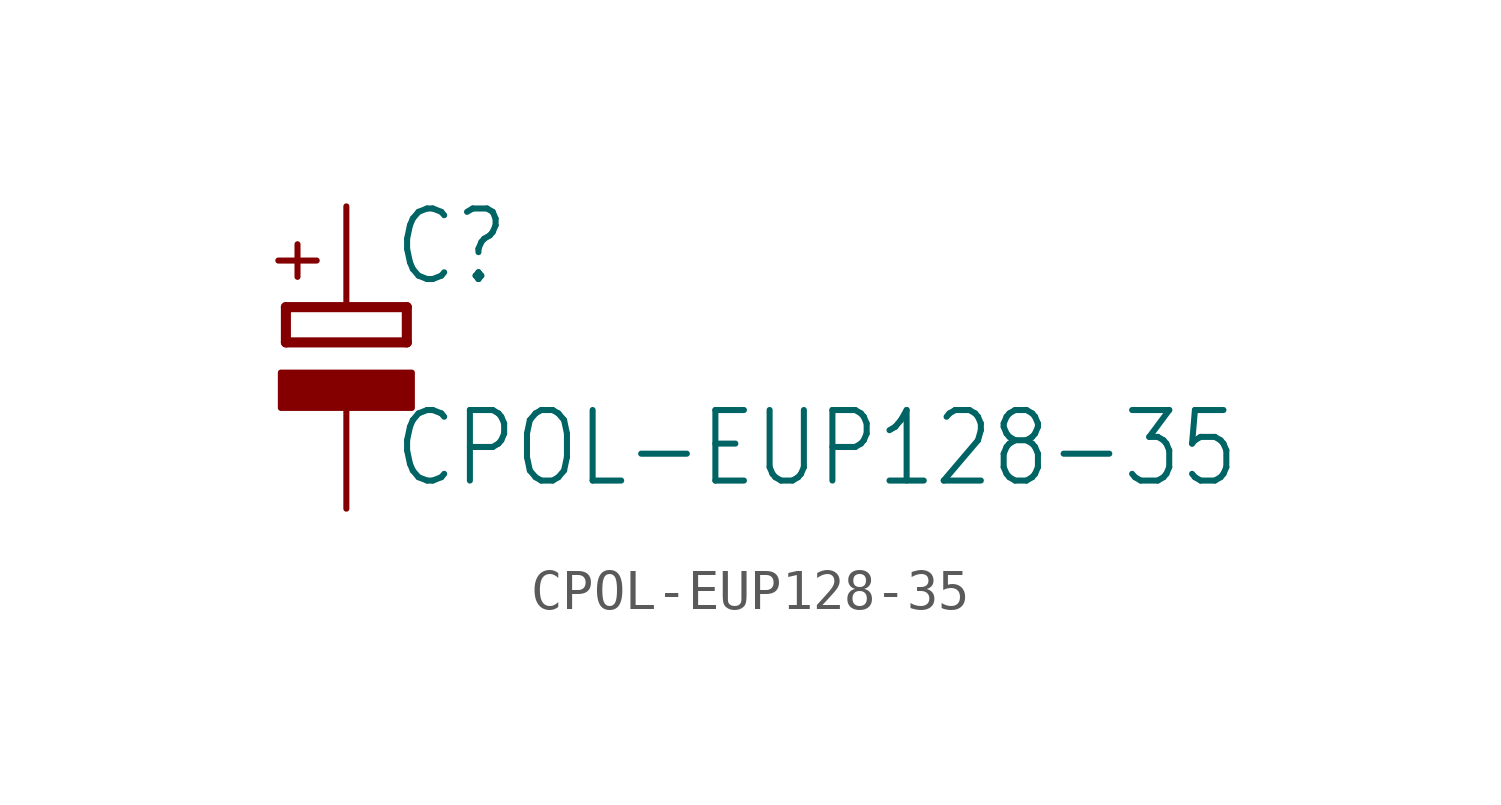
<source format=kicad_sym>
(kicad_symbol_lib
  (version 20220331)
  (generator kicad_symbol_editor)
  (symbol "CPOL-EUP128-35"
    (property "Reference" "C"
      (at 1.143 0.483 0)
      (effects (font (size 1.778 1.511)) (justify left bottom)))
    (property "Value" "CPOL-EUP128-35"
      (at 1.143 -4.597 0)
      (effects (font (size 1.778 1.511)) (justify left bottom)))
    (property "ki_locked" ""
      (at 0 0 0)
      (effects (font (size 1.27 1.27))))
    (symbol "CPOL-EUP128-35_1_0"
      (rectangle (start -1.651 -2.54) (end 1.651 -1.651) (stroke (width 0) (type default)) (fill (type outline)))
      (polyline (pts (xy -1.524 -0.889) (xy 1.524 -0.889)) (stroke (width 0.254) (type solid)) (fill (type none)))
      (polyline (pts (xy -1.524 0) (xy -1.524 -0.889)) (stroke (width 0.254) (type solid)) (fill (type none)))
      (polyline (pts (xy -1.524 0) (xy 1.524 0)) (stroke (width 0.254) (type solid)) (fill (type none)))
      (polyline (pts (xy 1.524 -0.889) (xy 1.524 0)) (stroke (width 0.254) (type solid)) (fill (type none)))
      (text "+" (at -0.584 0.406 900) (effects (font (size 1.27 1.079)) (justify left bottom)))
      (pin passive line (at 0 2.54 270) (length 2.54) (name "+" (effects (font (size 0 0)))) (number "+" (effects (font (size 0 0)))))
      (pin passive line (at 0 -5.08 90) (length 2.54) (name "-" (effects (font (size 0 0)))) (number "-" (effects (font (size 0 0))))))))
</source>
